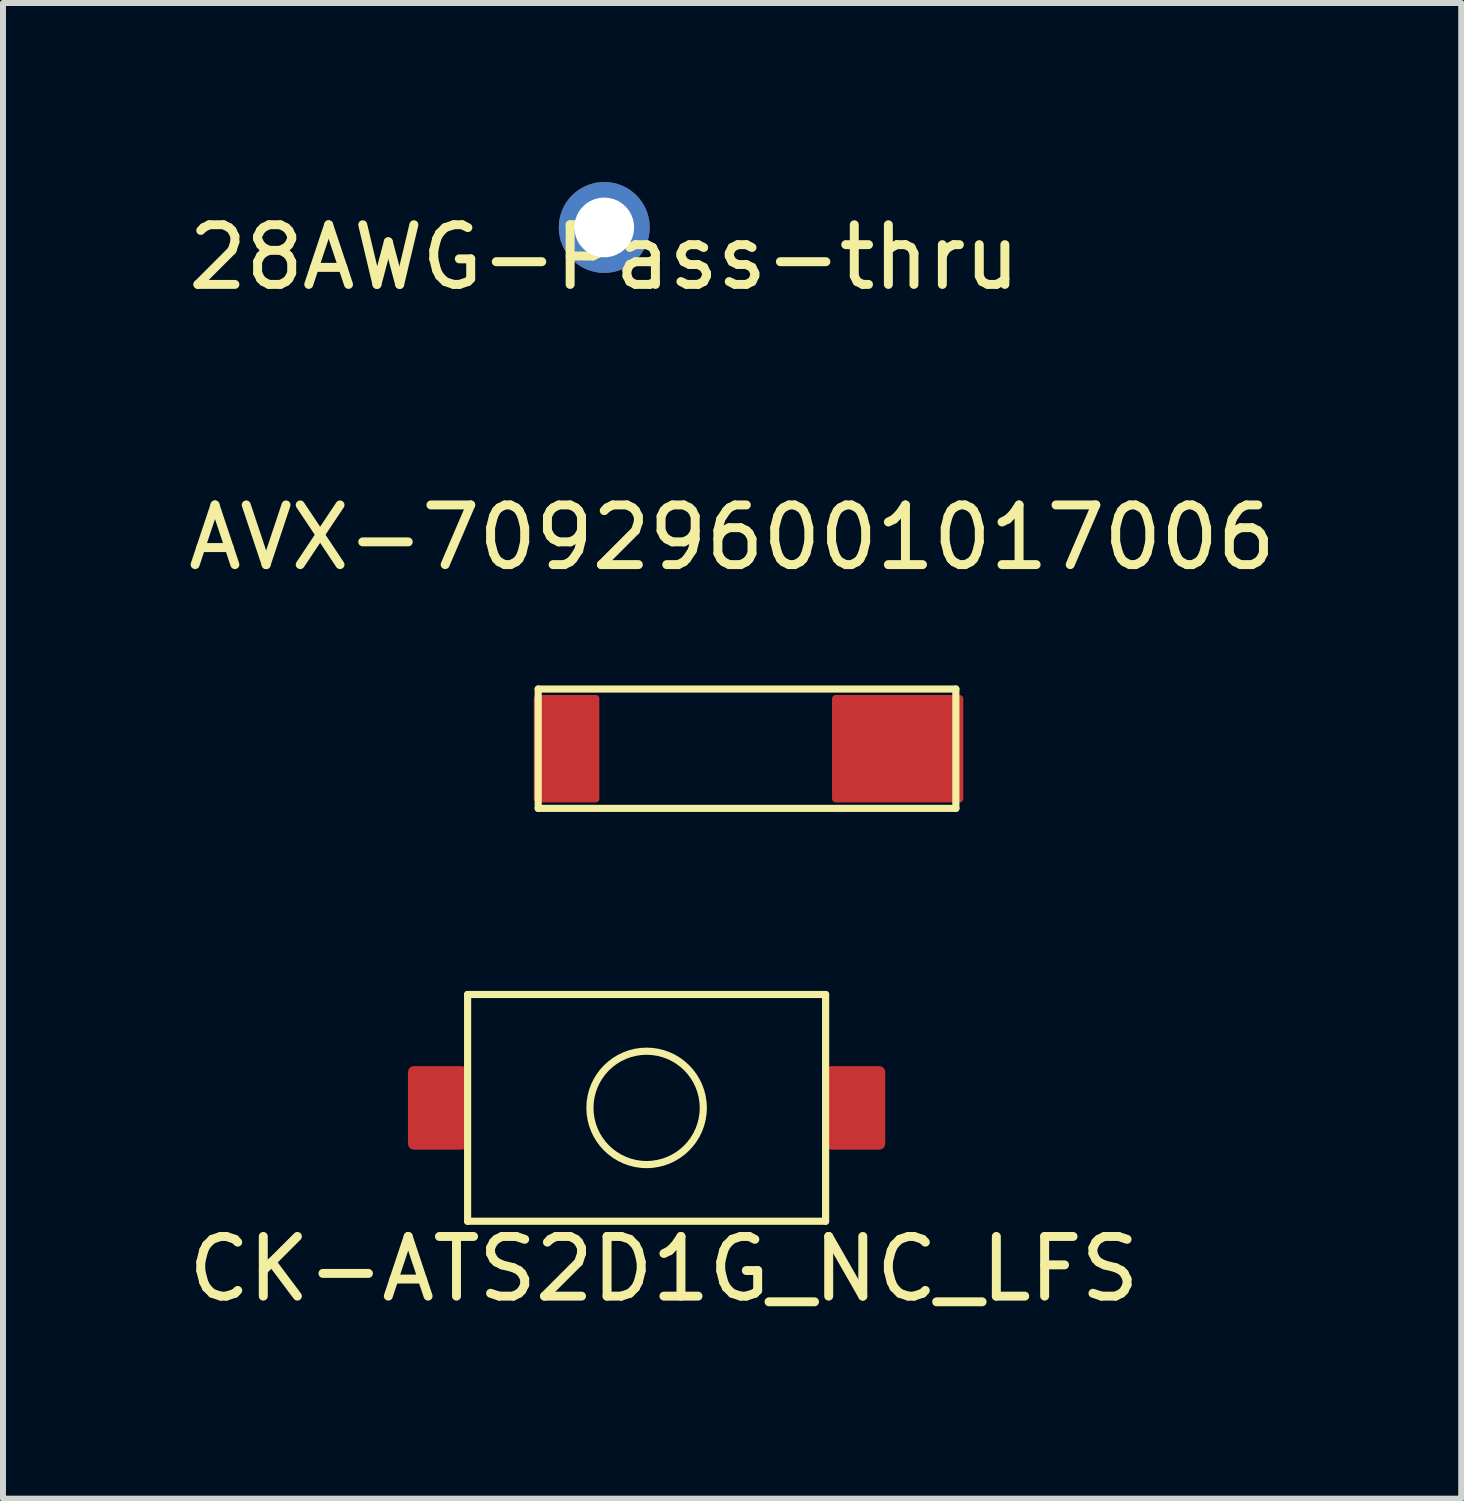
<source format=kicad_pcb>
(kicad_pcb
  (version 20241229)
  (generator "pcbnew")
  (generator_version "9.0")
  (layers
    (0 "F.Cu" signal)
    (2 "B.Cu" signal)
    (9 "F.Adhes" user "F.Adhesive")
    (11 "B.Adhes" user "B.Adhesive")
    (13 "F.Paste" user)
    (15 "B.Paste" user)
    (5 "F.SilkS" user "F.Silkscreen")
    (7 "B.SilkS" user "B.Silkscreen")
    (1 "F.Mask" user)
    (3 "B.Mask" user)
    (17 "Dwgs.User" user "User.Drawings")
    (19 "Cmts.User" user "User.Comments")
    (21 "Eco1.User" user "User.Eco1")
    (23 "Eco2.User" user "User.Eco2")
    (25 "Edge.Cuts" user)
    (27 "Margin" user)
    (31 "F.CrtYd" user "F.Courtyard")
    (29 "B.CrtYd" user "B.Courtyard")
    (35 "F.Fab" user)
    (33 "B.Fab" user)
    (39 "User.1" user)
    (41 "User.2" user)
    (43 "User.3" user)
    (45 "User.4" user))
  (footprint "28AWG-Pass-thru"
    (layer "F.Cu")
    (at 7.077 0.762)
    (property "Reference" "28AWG-Pass-thru" (at 0 0.5 0) (layer "F.SilkS") (effects (font (size 1 1) (thickness 0.15))))
    (attr through_hole)
    (pad "" np_thru_hole circle (at 0 0) (size 1.524 1.524) (drill 1) (layers "*.Cu" "*.Mask")))
  (footprint "AVX-709296001017006"
    (layer "F.Cu")
    (at 9.22 9.498)
    (property "Reference" "AVX-709296001017006" (at 0 -3.54 0) (layer "F.SilkS") (effects (font (size 1 1) (thickness 0.15))))
    (attr through_hole)
    (fp_line (start -3.25 -1) (end 3.75 -1) (stroke (width 0.12) (type solid)) (layer "F.SilkS"))
    (fp_line (start -3.25 1) (end -3.25 -1) (stroke (width 0.12) (type solid)) (layer "F.SilkS"))
    (fp_line (start -3.25 1) (end 3.75 1) (stroke (width 0.12) (type solid)) (layer "F.SilkS"))
    (fp_line (start 3.75 -1) (end 3.75 1) (stroke (width 0.12) (type solid)) (layer "F.SilkS"))
    (pad "1" smd roundrect (at -2.775 0) (size 1.1 1.8) (layers "F.Cu" "F.Mask" "F.Paste") (roundrect_rratio 0.05))
    (pad "1" smd roundrect (at 2.775 0 90) (size 1.8 2.2) (layers "F.Cu" "F.Mask" "F.Paste") (roundrect_rratio 0.034)))
  (footprint "CK-ATS2D1G_NC_LFS"
    (layer "F.Cu")
    (at 7.787 15.518)
    (property "Reference" "CK-ATS2D1G_NC_LFS" (at 0.29 2.7 0) (layer "F.SilkS") (effects (font (size 1 1) (thickness 0.15))))
    (attr smd)
    (fp_line (start -3 -1.9) (end -3 1.9) (stroke (width 0.12) (type solid)) (layer "F.SilkS"))
    (fp_line (start -3 1.9) (end 3 1.9) (stroke (width 0.12) (type solid)) (layer "F.SilkS"))
    (fp_line (start 3 -1.9) (end -3 -1.9) (stroke (width 0.12) (type solid)) (layer "F.SilkS"))
    (fp_line (start 3 1.9) (end 3 -1.9) (stroke (width 0.12) (type solid)) (layer "F.SilkS"))
    (fp_circle (center 0 0) (end 0.95 0) (stroke (width 0.12) (type solid)) (fill no) (layer "F.SilkS"))
    (pad "1" smd roundrect (at -3.5 0) (size 1 1.4) (layers "F.Cu" "F.Mask" "F.Paste") (roundrect_rratio 0.1))
    (pad "2" smd roundrect (at 3.5 0) (size 1 1.4) (layers "F.Cu" "F.Mask" "F.Paste") (roundrect_rratio 0.1)))
  (gr_rect
    (start -3 -3)
    (end 21.44 22.067)
    (stroke (width 0.1) (type default))
    (fill no)
    (layer "Edge.Cuts")))
</source>
